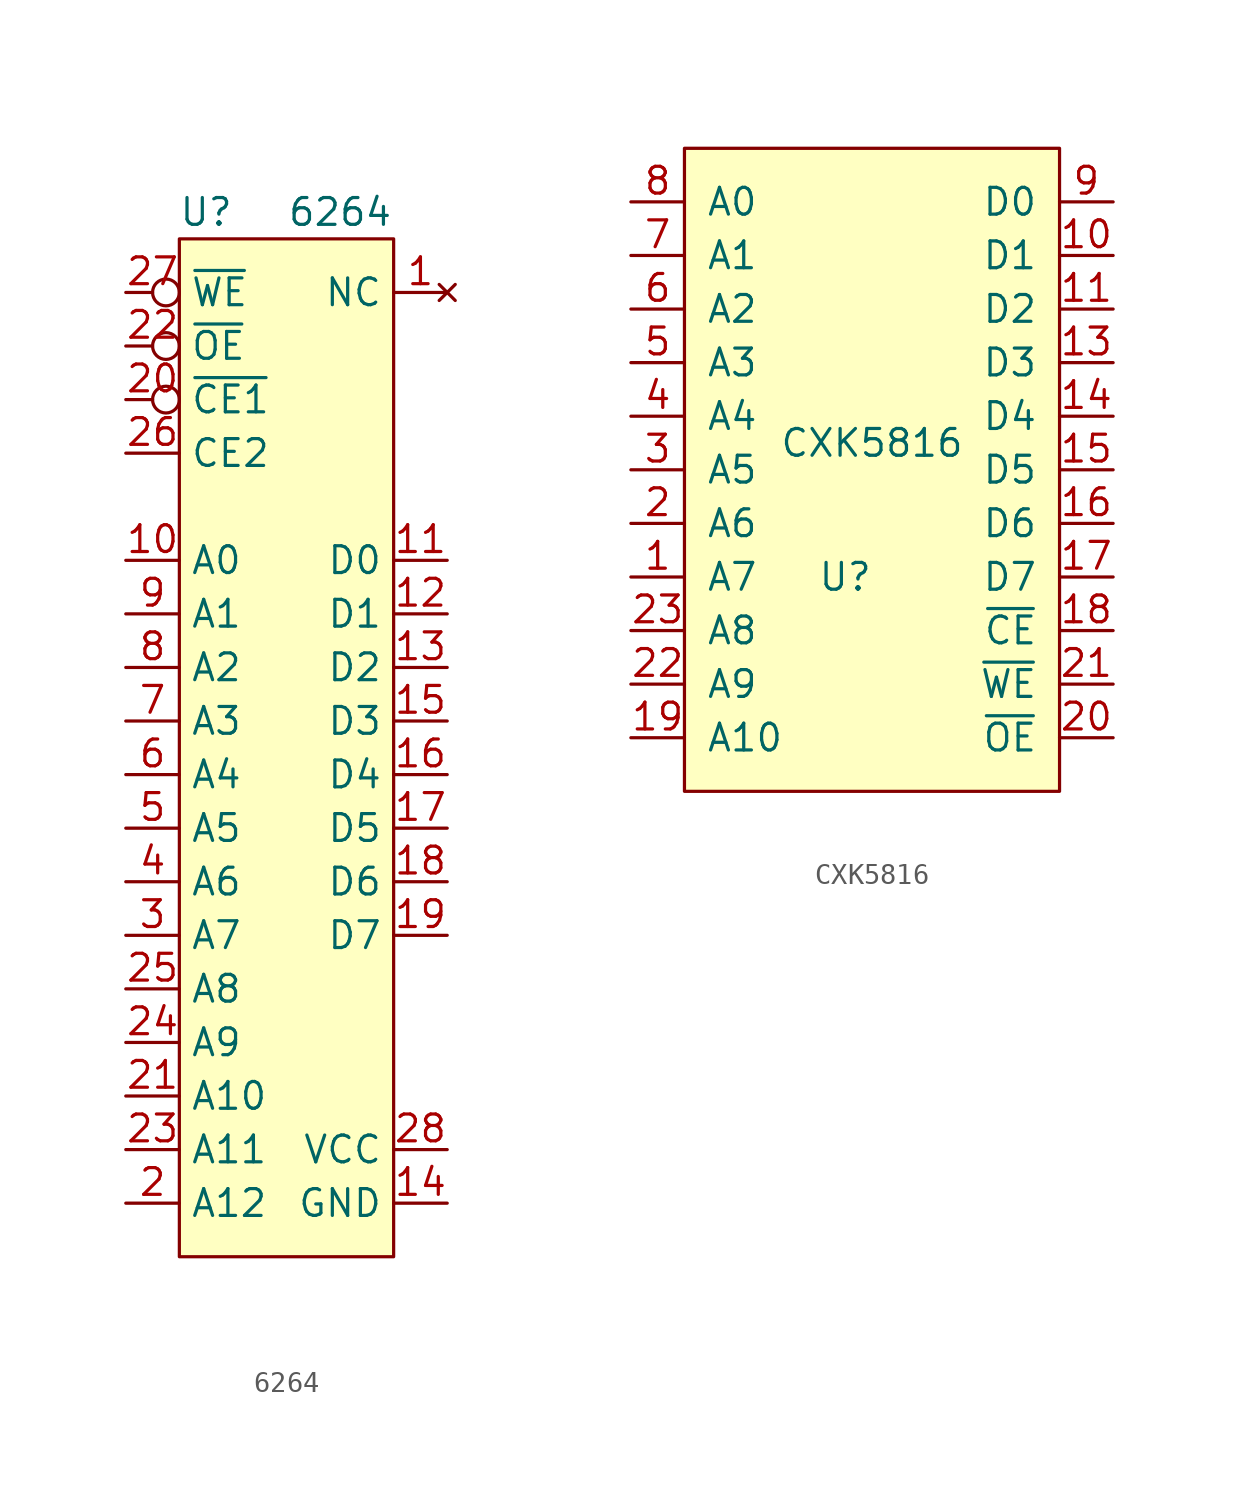
<source format=kicad_sym>
(kicad_symbol_lib
  (version 20211014)
  (generator kicad_symbol_editor)
  (symbol "6264"
    (property "Reference" "U"
      (at 3.81 3.81 0)
      (effects (font (size 1.27 1.27))))
    (property "Value" "6264"
      (at 10.16 3.81 0)
      (effects (font (size 1.27 1.27))))
    (symbol "6264_0_1"
      (rectangle (start 2.54 2.54) (end 12.7 -45.72) (stroke (width 0) (type default) (color 0 0 0 0)) (fill (type background))))
    (symbol "6264_1_1"
      (pin no_connect line (at 15.24 0 180) (length 2.54) (name "NC" (effects (font (size 1.27 1.27)))) (number "1" (effects (font (size 1.27 1.27)))))
      (pin input line (at 0 -12.7 0) (length 2.54) (name "A0" (effects (font (size 1.27 1.27)))) (number "10" (effects (font (size 1.27 1.27)))))
      (pin bidirectional line (at 15.24 -12.7 180) (length 2.54) (name "D0" (effects (font (size 1.27 1.27)))) (number "11" (effects (font (size 1.27 1.27)))))
      (pin bidirectional line (at 15.24 -15.24 180) (length 2.54) (name "D1" (effects (font (size 1.27 1.27)))) (number "12" (effects (font (size 1.27 1.27)))))
      (pin bidirectional line (at 15.24 -17.78 180) (length 2.54) (name "D2" (effects (font (size 1.27 1.27)))) (number "13" (effects (font (size 1.27 1.27)))))
      (pin power_in line (at 15.24 -43.18 180) (length 2.54) (name "GND" (effects (font (size 1.27 1.27)))) (number "14" (effects (font (size 1.27 1.27)))))
      (pin bidirectional line (at 15.24 -20.32 180) (length 2.54) (name "D3" (effects (font (size 1.27 1.27)))) (number "15" (effects (font (size 1.27 1.27)))))
      (pin bidirectional line (at 15.24 -22.86 180) (length 2.54) (name "D4" (effects (font (size 1.27 1.27)))) (number "16" (effects (font (size 1.27 1.27)))))
      (pin bidirectional line (at 15.24 -25.4 180) (length 2.54) (name "D5" (effects (font (size 1.27 1.27)))) (number "17" (effects (font (size 1.27 1.27)))))
      (pin bidirectional line (at 15.24 -27.94 180) (length 2.54) (name "D6" (effects (font (size 1.27 1.27)))) (number "18" (effects (font (size 1.27 1.27)))))
      (pin bidirectional line (at 15.24 -30.48 180) (length 2.54) (name "D7" (effects (font (size 1.27 1.27)))) (number "19" (effects (font (size 1.27 1.27)))))
      (pin input line (at 0 -43.18 0) (length 2.54) (name "A12" (effects (font (size 1.27 1.27)))) (number "2" (effects (font (size 1.27 1.27)))))
      (pin input inverted (at 0 -5.08 0) (length 2.54) (name "~{CE1}" (effects (font (size 1.27 1.27)))) (number "20" (effects (font (size 1.27 1.27)))))
      (pin input line (at 0 -38.1 0) (length 2.54) (name "A10" (effects (font (size 1.27 1.27)))) (number "21" (effects (font (size 1.27 1.27)))))
      (pin input inverted (at 0 -2.54 0) (length 2.54) (name "~{OE}" (effects (font (size 1.27 1.27)))) (number "22" (effects (font (size 1.27 1.27)))))
      (pin input line (at 0 -40.64 0) (length 2.54) (name "A11" (effects (font (size 1.27 1.27)))) (number "23" (effects (font (size 1.27 1.27)))))
      (pin input line (at 0 -35.56 0) (length 2.54) (name "A9" (effects (font (size 1.27 1.27)))) (number "24" (effects (font (size 1.27 1.27)))))
      (pin input line (at 0 -33.02 0) (length 2.54) (name "A8" (effects (font (size 1.27 1.27)))) (number "25" (effects (font (size 1.27 1.27)))))
      (pin input line (at 0 -7.62 0) (length 2.54) (name "CE2" (effects (font (size 1.27 1.27)))) (number "26" (effects (font (size 1.27 1.27)))))
      (pin input inverted (at 0 0 0) (length 2.54) (name "~{WE}" (effects (font (size 1.27 1.27)))) (number "27" (effects (font (size 1.27 1.27)))))
      (pin power_in line (at 15.24 -40.64 180) (length 2.54) (name "VCC" (effects (font (size 1.27 1.27)))) (number "28" (effects (font (size 1.27 1.27)))))
      (pin input line (at 0 -30.48 0) (length 2.54) (name "A7" (effects (font (size 1.27 1.27)))) (number "3" (effects (font (size 1.27 1.27)))))
      (pin input line (at 0 -27.94 0) (length 2.54) (name "A6" (effects (font (size 1.27 1.27)))) (number "4" (effects (font (size 1.27 1.27)))))
      (pin input line (at 0 -25.4 0) (length 2.54) (name "A5" (effects (font (size 1.27 1.27)))) (number "5" (effects (font (size 1.27 1.27)))))
      (pin input line (at 0 -22.86 0) (length 2.54) (name "A4" (effects (font (size 1.27 1.27)))) (number "6" (effects (font (size 1.27 1.27)))))
      (pin input line (at 0 -20.32 0) (length 2.54) (name "A3" (effects (font (size 1.27 1.27)))) (number "7" (effects (font (size 1.27 1.27)))))
      (pin input line (at 0 -17.78 0) (length 2.54) (name "A2" (effects (font (size 1.27 1.27)))) (number "8" (effects (font (size 1.27 1.27)))))
      (pin input line (at 0 -15.24 0) (length 2.54) (name "A1" (effects (font (size 1.27 1.27)))) (number "9" (effects (font (size 1.27 1.27)))))))
  (symbol "CXK5816"
    (pin_names
      (offset 1.016))
    (property "Reference" "U"
      (at 0 0 0)
      (effects (font (size 1.27 1.27))))
    (property "Value" "CXK5816"
      (at 1.27 6.35 0)
      (effects (font (size 1.27 1.27))))
    (symbol "CXK5816_0_1"
      (rectangle (start -7.62 20.32) (end 10.16 -10.16) (stroke (width 0) (type default) (color 0 0 0 0)) (fill (type background))))
    (symbol "CXK5816_1_1"
      (pin input line (at -10.16 0 0) (length 2.54) (name "A7" (effects (font (size 1.27 1.27)))) (number "1" (effects (font (size 1.27 1.27)))))
      (pin bidirectional line (at 12.7 15.24 180) (length 2.54) (name "D1" (effects (font (size 1.27 1.27)))) (number "10" (effects (font (size 1.27 1.27)))))
      (pin bidirectional line (at 12.7 12.7 180) (length 2.54) (name "D2" (effects (font (size 1.27 1.27)))) (number "11" (effects (font (size 1.27 1.27)))))
      (pin bidirectional line (at 12.7 10.16 180) (length 2.54) (name "D3" (effects (font (size 1.27 1.27)))) (number "13" (effects (font (size 1.27 1.27)))))
      (pin bidirectional line (at 12.7 7.62 180) (length 2.54) (name "D4" (effects (font (size 1.27 1.27)))) (number "14" (effects (font (size 1.27 1.27)))))
      (pin bidirectional line (at 12.7 5.08 180) (length 2.54) (name "D5" (effects (font (size 1.27 1.27)))) (number "15" (effects (font (size 1.27 1.27)))))
      (pin bidirectional line (at 12.7 2.54 180) (length 2.54) (name "D6" (effects (font (size 1.27 1.27)))) (number "16" (effects (font (size 1.27 1.27)))))
      (pin bidirectional line (at 12.7 0 180) (length 2.54) (name "D7" (effects (font (size 1.27 1.27)))) (number "17" (effects (font (size 1.27 1.27)))))
      (pin input line (at 12.7 -2.54 180) (length 2.54) (name "~{CE}" (effects (font (size 1.27 1.27)))) (number "18" (effects (font (size 1.27 1.27)))))
      (pin input line (at -10.16 -7.62 0) (length 2.54) (name "A10" (effects (font (size 1.27 1.27)))) (number "19" (effects (font (size 1.27 1.27)))))
      (pin input line (at -10.16 2.54 0) (length 2.54) (name "A6" (effects (font (size 1.27 1.27)))) (number "2" (effects (font (size 1.27 1.27)))))
      (pin input line (at 12.7 -7.62 180) (length 2.54) (name "~{OE}" (effects (font (size 1.27 1.27)))) (number "20" (effects (font (size 1.27 1.27)))))
      (pin input line (at 12.7 -5.08 180) (length 2.54) (name "~{WE}" (effects (font (size 1.27 1.27)))) (number "21" (effects (font (size 1.27 1.27)))))
      (pin input line (at -10.16 -5.08 0) (length 2.54) (name "A9" (effects (font (size 1.27 1.27)))) (number "22" (effects (font (size 1.27 1.27)))))
      (pin input line (at -10.16 -2.54 0) (length 2.54) (name "A8" (effects (font (size 1.27 1.27)))) (number "23" (effects (font (size 1.27 1.27)))))
      (pin input line (at -10.16 5.08 0) (length 2.54) (name "A5" (effects (font (size 1.27 1.27)))) (number "3" (effects (font (size 1.27 1.27)))))
      (pin input line (at -10.16 7.62 0) (length 2.54) (name "A4" (effects (font (size 1.27 1.27)))) (number "4" (effects (font (size 1.27 1.27)))))
      (pin input line (at -10.16 10.16 0) (length 2.54) (name "A3" (effects (font (size 1.27 1.27)))) (number "5" (effects (font (size 1.27 1.27)))))
      (pin input line (at -10.16 12.7 0) (length 2.54) (name "A2" (effects (font (size 1.27 1.27)))) (number "6" (effects (font (size 1.27 1.27)))))
      (pin input line (at -10.16 15.24 0) (length 2.54) (name "A1" (effects (font (size 1.27 1.27)))) (number "7" (effects (font (size 1.27 1.27)))))
      (pin input line (at -10.16 17.78 0) (length 2.54) (name "A0" (effects (font (size 1.27 1.27)))) (number "8" (effects (font (size 1.27 1.27)))))
      (pin bidirectional line (at 12.7 17.78 180) (length 2.54) (name "D0" (effects (font (size 1.27 1.27)))) (number "9" (effects (font (size 1.27 1.27))))))))
</source>
